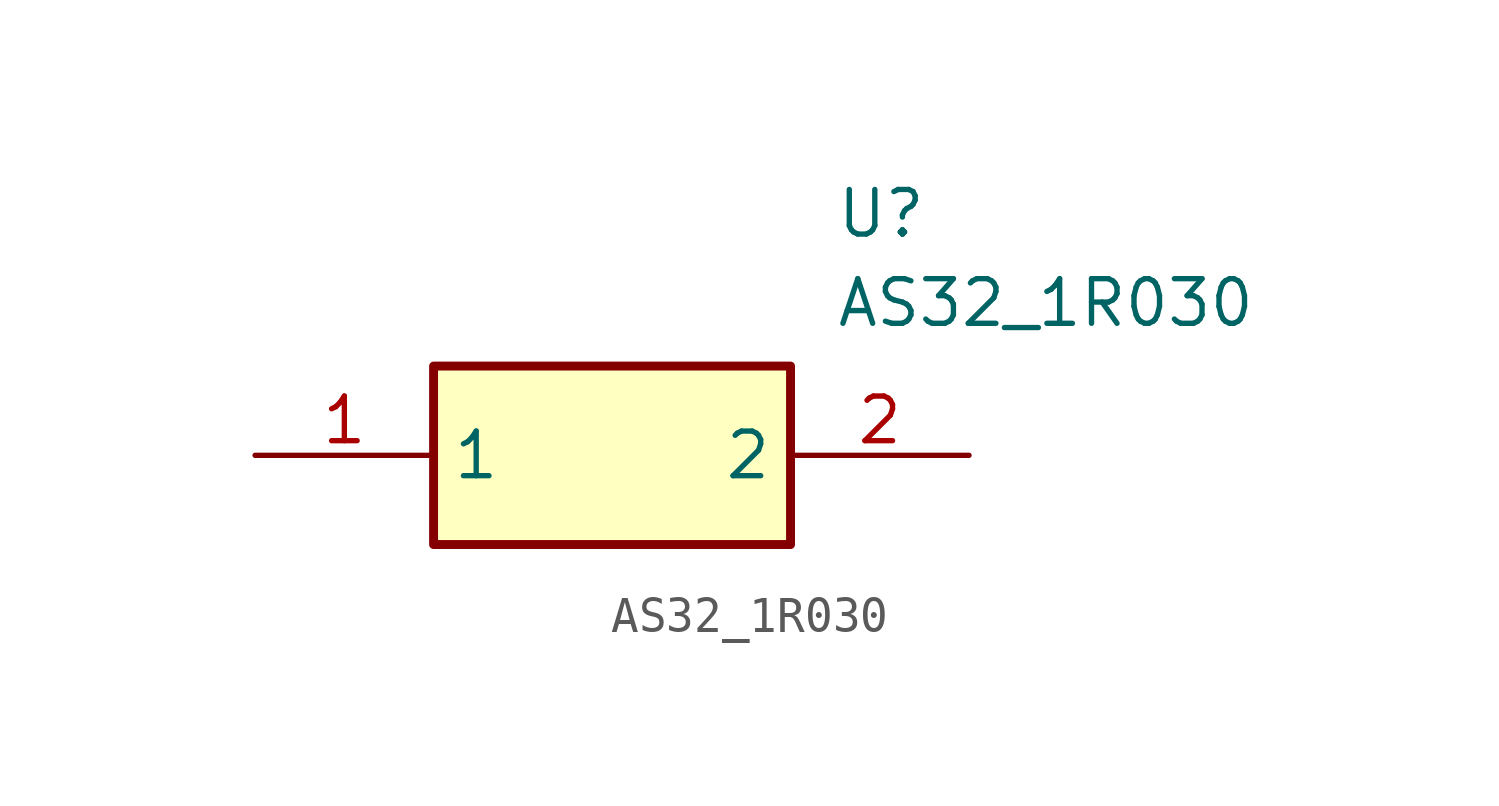
<source format=kicad_sym>
(kicad_symbol_lib
  (version 20211014)
  (generator SamacSys_ECAD_Model)
  (symbol "AS32_1R030"
    (property "Reference" "U"
      (at 16.51 7.62 0)
      (effects (font (size 1.27 1.27)) (justify left top)))
    (property "Value" "AS32_1R030"
      (at 16.51 5.08 0)
      (effects (font (size 1.27 1.27)) (justify left top)))
    (rectangle
      (start 5.08 2.54)
      (end 15.24 -2.54)
      (stroke (width 0.254) (type default))
      (fill (type background)))
    (pin passive line
      (at 0 0 0)
      (length 5.08)
      (name "1" (effects (font (size 1.27 1.27))))
      (number "1" (effects (font (size 1.27 1.27)))))
    (pin passive line
      (at 20.32 0 180)
      (length 5.08)
      (name "2" (effects (font (size 1.27 1.27))))
      (number "2" (effects (font (size 1.27 1.27)))))))
</source>
